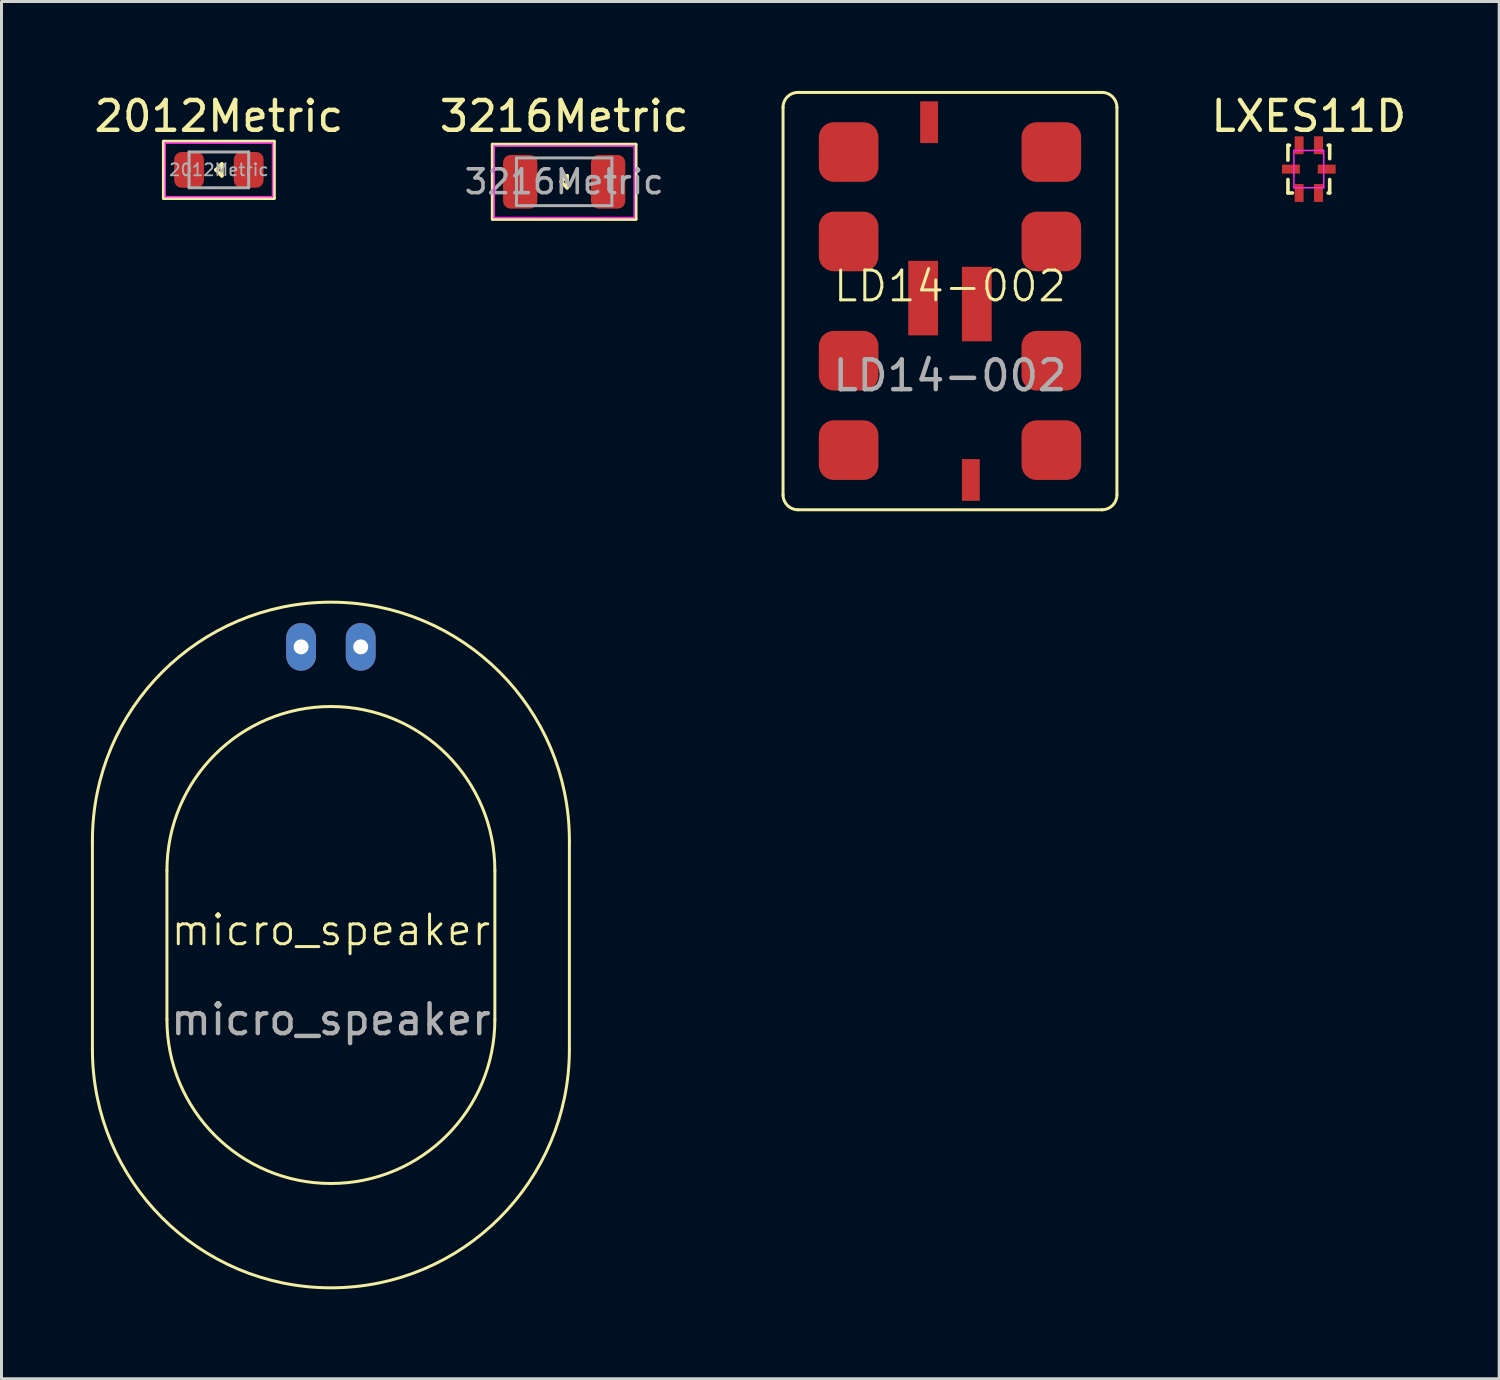
<source format=kicad_pcb>
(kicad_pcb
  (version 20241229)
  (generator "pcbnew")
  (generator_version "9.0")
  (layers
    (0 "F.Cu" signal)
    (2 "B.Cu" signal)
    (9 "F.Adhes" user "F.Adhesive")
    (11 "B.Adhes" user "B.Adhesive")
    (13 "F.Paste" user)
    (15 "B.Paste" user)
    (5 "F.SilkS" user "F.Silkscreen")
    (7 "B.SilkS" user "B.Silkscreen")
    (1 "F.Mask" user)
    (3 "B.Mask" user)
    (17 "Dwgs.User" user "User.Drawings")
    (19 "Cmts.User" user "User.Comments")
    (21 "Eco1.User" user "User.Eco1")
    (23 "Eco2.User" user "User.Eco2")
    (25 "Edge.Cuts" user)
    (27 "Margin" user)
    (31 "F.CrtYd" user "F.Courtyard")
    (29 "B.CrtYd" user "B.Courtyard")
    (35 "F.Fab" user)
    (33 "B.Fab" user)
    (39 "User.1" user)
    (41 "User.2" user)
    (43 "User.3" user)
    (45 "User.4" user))
  (footprint "micro_speaker"
    (layer "F.Cu")
    (at 8.05 28.65)
    (property "Reference" "micro_speaker" (at 0 -0.5 0) (unlocked yes) (layer "F.SilkS") (effects (font (size 1 1) (thickness 0.1))))
    (attr through_hole)
    (fp_line (start -8 -3.5) (end -8 3.5) (stroke (width 0.1) (type default)) (layer "F.SilkS"))
    (fp_line (start -5.5 -2.5) (end -5.5 2.5) (stroke (width 0.1) (type default)) (layer "F.SilkS"))
    (fp_line (start 5.5 -2.5) (end 5.5 2.5) (stroke (width 0.1) (type default)) (layer "F.SilkS"))
    (fp_line (start 8 -3.5) (end 8 3.5) (stroke (width 0.1) (type default)) (layer "F.SilkS"))
    (fp_arc (start -8 -3.5) (mid 0 -11.5) (end 8 -3.5) (stroke (width 0.1) (type default)) (layer "F.SilkS"))
    (fp_arc (start -5.5 -2.5) (mid 0 -8) (end 5.5 -2.5) (stroke (width 0.1) (type default)) (layer "F.SilkS"))
    (fp_arc (start 5.5 2.5) (mid 0 8) (end -5.5 2.5) (stroke (width 0.1) (type default)) (layer "F.SilkS"))
    (fp_arc (start 8 3.5) (mid 0 11.5) (end -8 3.5) (stroke (width 0.1) (type default)) (layer "F.SilkS"))
    (fp_text user "${REFERENCE}" (at 0 2.5 0) (unlocked yes) (layer "F.Fab") (effects (font (size 1 1) (thickness 0.15))))
    (pad "1" thru_hole oval (at -1 -10) (size 1 1.6) (drill 0.5) (layers "*.Cu" "*.Mask"))
    (pad "2" thru_hole oval (at 1 -10) (size 1 1.6) (drill 0.5) (layers "*.Cu" "*.Mask")))
  (footprint "3216Metric"
    (layer "F.Cu")
    (at 15.875 3.048)
    (property "Reference" "3216Metric" (at 0 -2.2 0) (layer "F.SilkS") (effects (font (size 1 1) (thickness 0.15))))
    (attr smd)
    (fp_line (start -2.4 -1.25) (end -2.4 1.25) (stroke (width 0.12) (type solid)) (layer "F.SilkS"))
    (fp_line (start -2.4 -1.25) (end 2.4 -1.25) (stroke (width 0.12) (type solid)) (layer "F.SilkS"))
    (fp_line (start -2.4 1.25) (end 2.4 1.25) (stroke (width 0.12) (type solid)) (layer "F.SilkS"))
    (fp_line (start -0.1 0) (end 0.1 -0.2) (stroke (width 0.12) (type solid)) (layer "F.SilkS"))
    (fp_line (start 0.1 -0.2) (end 0.1 0.2) (stroke (width 0.12) (type solid)) (layer "F.SilkS"))
    (fp_line (start 0.1 0.2) (end -0.1 0) (stroke (width 0.12) (type solid)) (layer "F.SilkS"))
    (fp_line (start 2.4 -1.25) (end 2.4 1.25) (stroke (width 0.12) (type solid)) (layer "F.SilkS"))
    (fp_line (start -2.35 -1.2) (end 2.35 -1.2) (stroke (width 0.05) (type solid)) (layer "F.CrtYd"))
    (fp_line (start -2.35 1.2) (end -2.35 -1.2) (stroke (width 0.05) (type solid)) (layer "F.CrtYd"))
    (fp_line (start 2.35 -1.2) (end 2.35 1.2) (stroke (width 0.05) (type solid)) (layer "F.CrtYd"))
    (fp_line (start 2.35 1.2) (end -2.35 1.2) (stroke (width 0.05) (type solid)) (layer "F.CrtYd"))
    (fp_line (start -1.6 -0.8) (end 1.6 -0.8) (stroke (width 0.1) (type solid)) (layer "F.Fab"))
    (fp_line (start -1.6 0.8) (end -1.6 -0.8) (stroke (width 0.1) (type solid)) (layer "F.Fab"))
    (fp_line (start 1.6 -0.8) (end 1.6 0.8) (stroke (width 0.1) (type solid)) (layer "F.Fab"))
    (fp_line (start 1.6 0.8) (end -1.6 0.8) (stroke (width 0.1) (type solid)) (layer "F.Fab"))
    (fp_text user "${REFERENCE}" (at 0 0 0) (layer "F.Fab") (effects (font (size 0.8 0.8) (thickness 0.12))))
    (pad "1" smd roundrect (at -1.475 0) (size 1.15 1.8) (layers "F.Cu" "F.Mask" "F.Paste") (roundrect_rratio 0.217))
    (pad "2" smd roundrect (at 1.475 0) (size 1.15 1.8) (layers "F.Cu" "F.Mask" "F.Paste") (roundrect_rratio 0.217)))
  (footprint "LXES11D"
    (layer "F.Cu")
    (at 40.854 2.623)
    (property "Reference" "LXES11D" (at 0 -1.775 0) (layer "F.SilkS") (effects (font (size 1 1) (thickness 0.15))))
    (attr through_hole)
    (fp_line (start -0.7 -0.8) (end -0.65 -0.8) (stroke (width 0.12) (type solid)) (layer "F.SilkS"))
    (fp_line (start -0.7 -0.3) (end -0.7 -0.8) (stroke (width 0.12) (type solid)) (layer "F.SilkS"))
    (fp_line (start -0.7 0.8) (end -0.7 0.35) (stroke (width 0.12) (type solid)) (layer "F.SilkS"))
    (fp_line (start -0.55 0.8) (end -0.7 0.8) (stroke (width 0.12) (type solid)) (layer "F.SilkS"))
    (fp_line (start 0.65 -0.8) (end 0.7 -0.8) (stroke (width 0.12) (type solid)) (layer "F.SilkS"))
    (fp_line (start 0.7 -0.8) (end 0.7 -0.35) (stroke (width 0.12) (type solid)) (layer "F.SilkS"))
    (fp_line (start 0.7 0.35) (end 0.7 0.8) (stroke (width 0.12) (type solid)) (layer "F.SilkS"))
    (fp_line (start 0.7 0.8) (end 0.65 0.8) (stroke (width 0.12) (type solid)) (layer "F.SilkS"))
    (fp_line (start -0.5 -0.625) (end 0.5 -0.625) (stroke (width 0.05) (type solid)) (layer "F.CrtYd"))
    (fp_line (start -0.5 0.625) (end -0.5 -0.625) (stroke (width 0.05) (type solid)) (layer "F.CrtYd"))
    (fp_line (start 0.5 -0.625) (end 0.5 0.625) (stroke (width 0.05) (type solid)) (layer "F.CrtYd"))
    (fp_line (start 0.5 0.625) (end -0.5 0.625) (stroke (width 0.05) (type solid)) (layer "F.CrtYd"))
    (pad "1" smd rect (at -0.325 -0.8) (size 0.3 0.6) (layers "F.Cu" "F.Mask" "F.Paste"))
    (pad "2" smd rect (at 0.325 -0.8) (size 0.3 0.6) (layers "F.Cu" "F.Mask" "F.Paste"))
    (pad "3" smd rect (at 0.6 0) (size 0.6 0.3) (layers "F.Cu" "F.Mask" "F.Paste"))
    (pad "4" smd rect (at 0.325 0.8) (size 0.3 0.6) (layers "F.Cu" "F.Mask" "F.Paste"))
    (pad "5" smd rect (at -0.325 0.8) (size 0.3 0.6) (layers "F.Cu" "F.Mask" "F.Paste"))
    (pad "6" smd rect (at -0.6 0) (size 0.6 0.3) (layers "F.Cu" "F.Mask" "F.Paste")))
  (footprint "LD14-002"
    (layer "F.Cu")
    (at 28.817 7.05)
    (property "Reference" "LD14-002" (at 0 -0.5 0) (unlocked yes) (layer "F.SilkS") (effects (font (size 1 1) (thickness 0.1))))
    (attr smd)
    (fp_line (start -5.6 6.5) (end -5.6 -6.5) (stroke (width 0.1) (type default)) (layer "F.SilkS"))
    (fp_line (start -5.1 -7) (end 5.1 -7) (stroke (width 0.1) (type default)) (layer "F.SilkS"))
    (fp_line (start 5.1 7) (end -5.1 7) (stroke (width 0.1) (type default)) (layer "F.SilkS"))
    (fp_line (start 5.6 -6.5) (end 5.6 6.5) (stroke (width 0.1) (type default)) (layer "F.SilkS"))
    (fp_arc (start -5.6 -6.5) (mid -5.453553 -6.853553) (end -5.1 -7) (stroke (width 0.1) (type default)) (layer "F.SilkS"))
    (fp_arc (start -5.1 7) (mid -5.453553 6.853553) (end -5.6 6.5) (stroke (width 0.1) (type default)) (layer "F.SilkS"))
    (fp_arc (start 5.1 -7) (mid 5.453553 -6.853553) (end 5.6 -6.5) (stroke (width 0.1) (type default)) (layer "F.SilkS"))
    (fp_arc (start 5.6 6.5) (mid 5.453553 6.853553) (end 5.1 7) (stroke (width 0.1) (type default)) (layer "F.SilkS"))
    (fp_text user "${REFERENCE}" (at 0 2.5 0) (unlocked yes) (layer "F.Fab") (effects (font (size 1 1) (thickness 0.15))))
    (pad "" smd roundrect (at -3.4 -5) (size 2 2) (layers "F.Cu" "F.Mask" "F.Paste") (roundrect_rratio 0.25))
    (pad "" smd roundrect (at -3.4 -2) (size 2 2) (layers "F.Cu" "F.Mask" "F.Paste") (roundrect_rratio 0.25))
    (pad "" smd roundrect (at -3.4 2) (size 2 2) (layers "F.Cu" "F.Mask" "F.Paste") (roundrect_rratio 0.25))
    (pad "" smd roundrect (at -3.4 5) (size 2 2) (layers "F.Cu" "F.Mask" "F.Paste") (roundrect_rratio 0.25))
    (pad "" smd roundrect (at 3.4 -5) (size 2 2) (layers "F.Cu" "F.Mask" "F.Paste") (roundrect_rratio 0.25))
    (pad "" smd roundrect (at 3.4 -2) (size 2 2) (layers "F.Cu" "F.Mask" "F.Paste") (roundrect_rratio 0.25))
    (pad "" smd roundrect (at 3.4 2) (size 2 2) (layers "F.Cu" "F.Mask" "F.Paste") (roundrect_rratio 0.25))
    (pad "" smd roundrect (at 3.4 5) (size 2 2) (layers "F.Cu" "F.Mask" "F.Paste") (roundrect_rratio 0.25))
    (pad "1" smd rect (at 0.7 6) (size 0.6 1.4) (layers "F.Cu" "F.Mask" "F.Paste"))
    (pad "1" smd rect (at 0.9 0.1) (size 1 2.5) (layers "F.Cu" "F.Mask" "F.Paste"))
    (pad "2" smd rect (at -0.9 -0.1) (size 1 2.5) (layers "F.Cu" "F.Mask" "F.Paste"))
    (pad "2" smd rect (at -0.7 -6) (size 0.6 1.4) (layers "F.Cu" "F.Mask" "F.Paste")))
  (footprint "2012Metric"
    (layer "F.Cu")
    (at 4.292 2.648)
    (property "Reference" "2012Metric" (at 0 -1.8 0) (layer "F.SilkS") (effects (font (size 1 1) (thickness 0.15))))
    (attr smd)
    (fp_line (start -1.85 -0.95) (end -1.85 0.95) (stroke (width 0.12) (type solid)) (layer "F.SilkS"))
    (fp_line (start -1.85 -0.95) (end 1.85 -0.95) (stroke (width 0.12) (type solid)) (layer "F.SilkS"))
    (fp_line (start -1.85 0.95) (end 1.85 0.95) (stroke (width 0.12) (type solid)) (layer "F.SilkS"))
    (fp_line (start -0.1 0) (end 0.1 -0.2) (stroke (width 0.12) (type solid)) (layer "F.SilkS"))
    (fp_line (start 0.1 -0.2) (end 0.1 0.2) (stroke (width 0.12) (type solid)) (layer "F.SilkS"))
    (fp_line (start 0.1 0.2) (end -0.1 0) (stroke (width 0.12) (type solid)) (layer "F.SilkS"))
    (fp_line (start 1.85 -0.95) (end 1.85 0.95) (stroke (width 0.12) (type solid)) (layer "F.SilkS"))
    (fp_line (start -1.8 -0.9) (end 1.8 -0.9) (stroke (width 0.05) (type solid)) (layer "F.CrtYd"))
    (fp_line (start -1.8 0.9) (end -1.8 -0.9) (stroke (width 0.05) (type solid)) (layer "F.CrtYd"))
    (fp_line (start 1.8 -0.9) (end 1.8 0.9) (stroke (width 0.05) (type solid)) (layer "F.CrtYd"))
    (fp_line (start 1.8 0.9) (end -1.8 0.9) (stroke (width 0.05) (type solid)) (layer "F.CrtYd"))
    (fp_line (start -1 -0.6) (end 1 -0.6) (stroke (width 0.1) (type solid)) (layer "F.Fab"))
    (fp_line (start -1 0.6) (end -1 -0.6) (stroke (width 0.1) (type solid)) (layer "F.Fab"))
    (fp_line (start 1 -0.6) (end 1 0.6) (stroke (width 0.1) (type solid)) (layer "F.Fab"))
    (fp_line (start 1 0.6) (end -1 0.6) (stroke (width 0.1) (type solid)) (layer "F.Fab"))
    (fp_text user "${REFERENCE}" (at 0 0 0) (layer "F.Fab") (effects (font (size 0.4 0.4) (thickness 0.06))))
    (pad "1" smd roundrect (at -1 0) (size 1 1.2) (layers "F.Cu" "F.Mask" "F.Paste") (roundrect_rratio 0.25))
    (pad "2" smd roundrect (at 1 0) (size 1 1.2) (layers "F.Cu" "F.Mask" "F.Paste") (roundrect_rratio 0.25)))
  (gr_rect
    (start -3 -3)
    (end 47.24 43.2)
    (stroke (width 0.1) (type default))
    (fill no)
    (layer "Edge.Cuts")))
</source>
